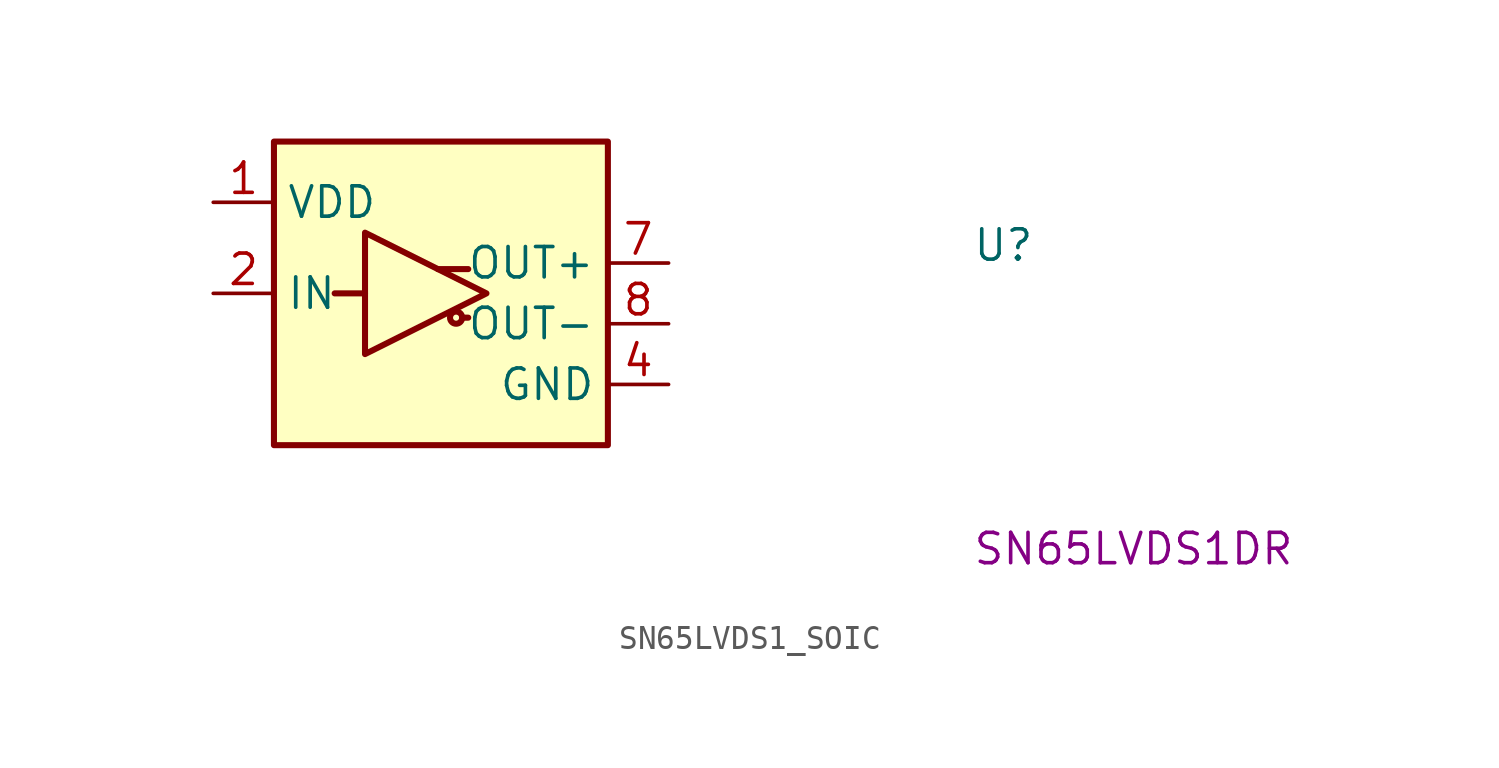
<source format=kicad_sym>
(kicad_symbol_lib
  (version 20220914)
  (generator kicad_symbol_editor)
  (symbol "SN65LVDS1_SOIC"
    (property "Reference" "U"
      (at 31.75 -2.54 0)
      (effects (font (size 1.27 1.27) (thickness 0.15)) (justify left bottom)))
    (property "MPN" "SN65LVDS1DR"
      (at 31.75 -15.24 0)
      (effects (font (size 1.27 1.27) (thickness 0.15)) (justify left bottom)))
    (symbol "SN65LVDS1_SOIC_1_1"
      (polyline (pts (xy 6.35 -3.81) (xy 5.08 -3.81)) (stroke (width 0.254) (type default)) (fill (type background)))
      (polyline (pts (xy 10.414 -4.826) (xy 10.668 -4.826)) (stroke (width 0.254) (type default)) (fill (type background)))
      (polyline (pts (xy 10.668 -2.794) (xy 9.398 -2.794)) (stroke (width 0.254) (type default)) (fill (type background)))
      (polyline (pts (xy 6.35 -1.27) (xy 11.43 -3.81) (xy 6.35 -6.35) (xy 6.35 -1.27)) (stroke (width 0.254) (type default)) (fill (type background)))
      (rectangle (start 2.54 2.54) (end 16.51 -10.16) (stroke (width 0.254) (type default)) (fill (type background)))
      (circle (center 10.16 -4.826) (radius 0.254) (stroke (width 0.254) (type default)) (fill (type background)))
      (pin power_in line (at 0 0 0) (length 2.54) (name "VDD" (effects (font (size 1.27 1.27)))) (number "1" (effects (font (size 1.27 1.27)))))
      (pin input line (at 0 -3.81 0) (length 2.54) (name "IN" (effects (font (size 1.27 1.27)))) (number "2" (effects (font (size 1.27 1.27)))))
      (pin no_connect line (at 2.54 -6.35 0) (length 2.54) hide (name "NC" (effects (font (size 1.27 1.27)))) (number "3" (effects (font (size 1.27 1.27)))))
      (pin power_in line (at 19.05 -7.62 180) (length 2.54) (name "GND" (effects (font (size 1.27 1.27)))) (number "4" (effects (font (size 1.27 1.27)))))
      (pin no_connect line (at 2.54 -7.62 0) (length 2.54) hide (name "NC" (effects (font (size 1.27 1.27)))) (number "5" (effects (font (size 1.27 1.27)))))
      (pin no_connect line (at 2.54 -8.89 0) (length 2.54) hide (name "NC" (effects (font (size 1.27 1.27)))) (number "6" (effects (font (size 1.27 1.27)))))
      (pin output line (at 19.05 -2.54 180) (length 2.54) (name "OUT+" (effects (font (size 1.27 1.27)))) (number "7" (effects (font (size 1.27 1.27)))))
      (pin output line (at 19.05 -5.08 180) (length 2.54) (name "OUT-" (effects (font (size 1.27 1.27)))) (number "8" (effects (font (size 1.27 1.27))))))))
</source>
